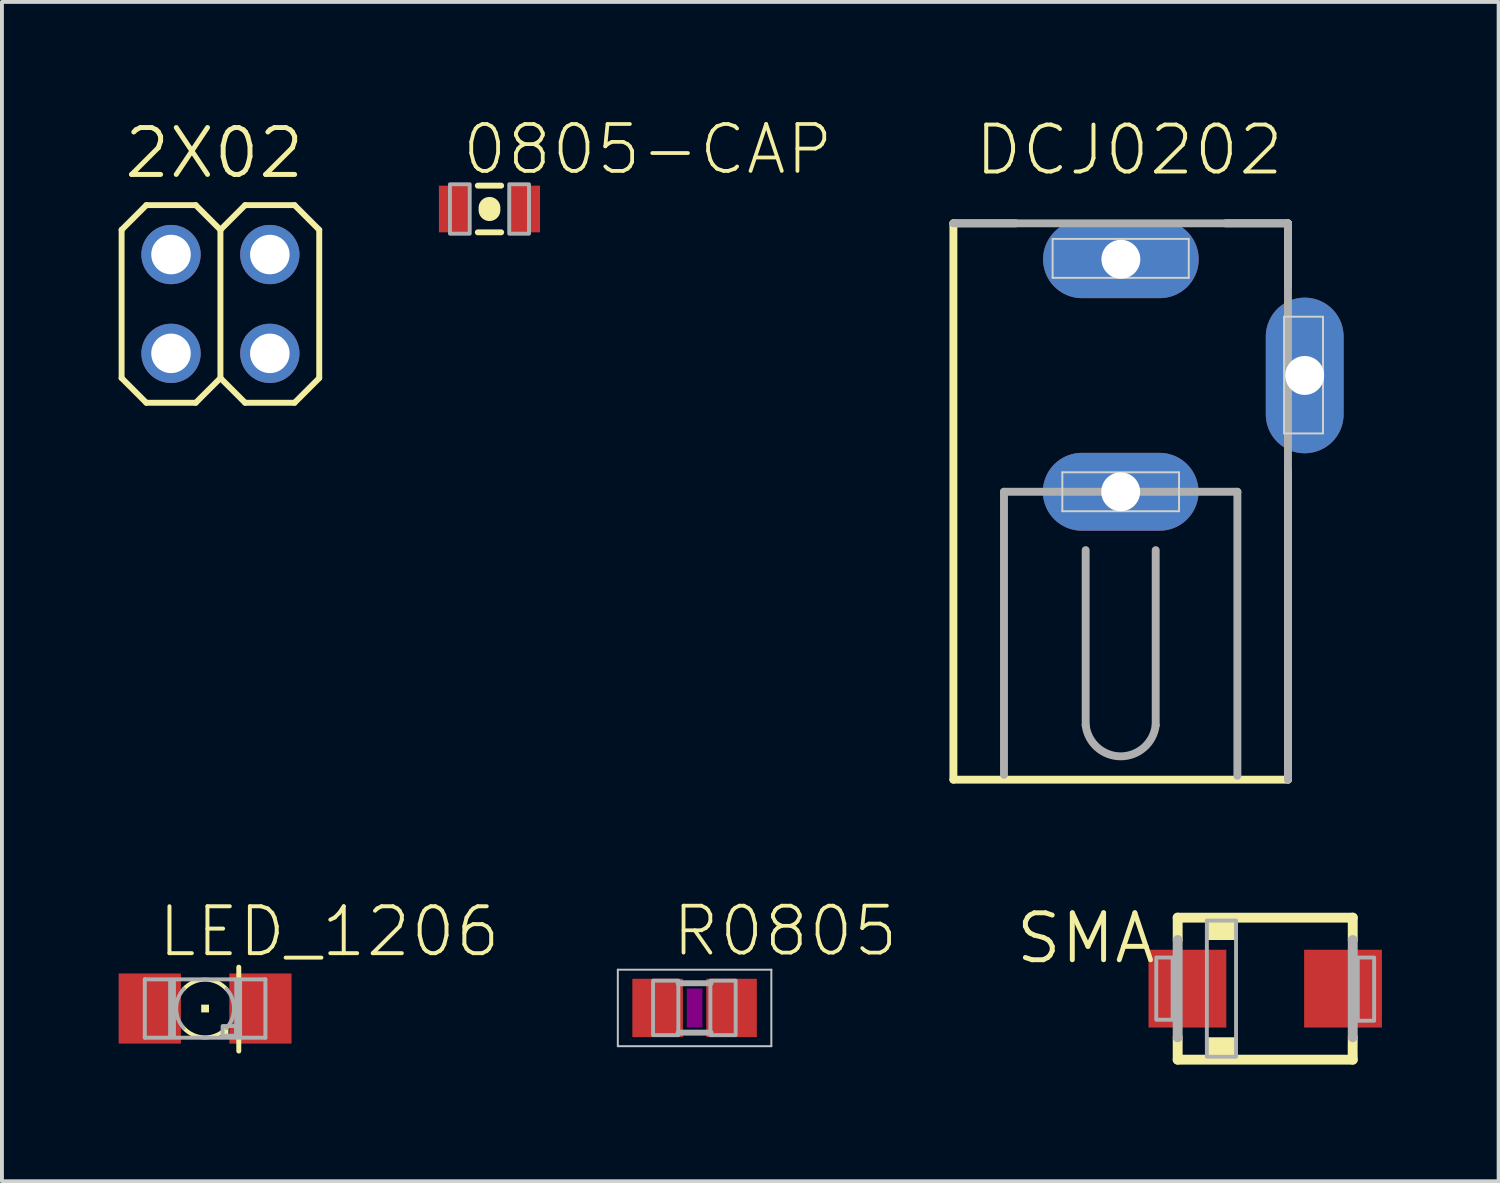
<source format=kicad_pcb>
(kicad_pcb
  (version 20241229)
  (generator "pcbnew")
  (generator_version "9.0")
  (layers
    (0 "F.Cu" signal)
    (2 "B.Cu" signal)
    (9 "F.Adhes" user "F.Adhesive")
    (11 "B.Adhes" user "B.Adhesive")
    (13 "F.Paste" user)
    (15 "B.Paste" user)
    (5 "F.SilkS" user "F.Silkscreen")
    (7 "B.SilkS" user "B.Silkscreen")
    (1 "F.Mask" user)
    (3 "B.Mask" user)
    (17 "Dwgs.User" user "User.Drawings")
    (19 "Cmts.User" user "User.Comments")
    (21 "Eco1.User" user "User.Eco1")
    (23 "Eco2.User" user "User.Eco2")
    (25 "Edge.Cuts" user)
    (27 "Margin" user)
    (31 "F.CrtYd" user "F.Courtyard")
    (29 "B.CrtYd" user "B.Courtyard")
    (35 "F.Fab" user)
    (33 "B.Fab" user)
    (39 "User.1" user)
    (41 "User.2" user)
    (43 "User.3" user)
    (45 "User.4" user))
  (footprint "LED_1206"
    (layer "F.Cu")
    (at 2.222 22.874)
    (property "Reference" "LED_1206" (at -1.27 -1.27 0) (layer "F.SilkS") (effects (font (size 1.206 1.206) (thickness 0.102)) (justify left bottom)))
    (attr through_hole)
    (fp_line (start 0.866 1.093) (end 0.866 -1.063) (stroke (width 0.127) (type solid)) (layer "F.SilkS"))
    (fp_arc (start -0.55 -0.5) (mid 0 -0.743303) (end 0.55 -0.5) (stroke (width 0.1016) (type solid)) (layer "F.SilkS"))
    (fp_arc (start 0.55 0.5) (mid 0 0.743303) (end -0.55 0.5) (stroke (width 0.1016) (type solid)) (layer "F.SilkS"))
    (fp_poly (pts (xy -0.1 0.1) (xy 0.1 0.1) (xy 0.1 -0.1) (xy -0.1 -0.1)) (stroke (width 0) (type solid)) (fill yes) (layer "F.SilkS"))
    (fp_poly (pts (xy 0.45 0.7) (xy 0.6 0.7) (xy 0.6 0.45) (xy 0.45 0.45)) (stroke (width 0) (type solid)) (fill yes) (layer "F.SilkS"))
    (fp_line (start -1.55 -0.75) (end 1.55 -0.75) (stroke (width 0.102) (type solid)) (layer "F.Fab"))
    (fp_line (start -1.55 0.75) (end -1.55 -0.75) (stroke (width 0.102) (type solid)) (layer "F.Fab"))
    (fp_line (start 1.55 -0.75) (end 1.55 0.75) (stroke (width 0.102) (type solid)) (layer "F.Fab"))
    (fp_line (start 1.55 0.75) (end -1.55 0.75) (stroke (width 0.102) (type solid)) (layer "F.Fab"))
    (fp_arc (start -0.55 0.5) (mid -0.743303 0) (end -0.55 -0.5) (stroke (width 0.1016) (type solid)) (layer "F.Fab"))
    (fp_arc (start 0.55 -0.5) (mid 0.743303 0) (end 0.55 0.5) (stroke (width 0.1016) (type solid)) (layer "F.Fab"))
    (fp_poly (pts (xy -0.9 -0.55) (xy -0.8 -0.55) (xy -0.8 -0.7) (xy -0.9 -0.7)) (stroke (width 0.1) (type solid)) (fill no) (layer "F.Fab"))
    (fp_poly (pts (xy -0.9 0.7) (xy -0.8 0.7) (xy -0.8 -0.5) (xy -0.9 -0.5)) (stroke (width 0.1) (type solid)) (fill no) (layer "F.Fab"))
    (fp_poly (pts (xy 0.45 0.7) (xy 0.8 0.7) (xy 0.8 0.45) (xy 0.45 0.45)) (stroke (width 0.1) (type solid)) (fill no) (layer "F.Fab"))
    (fp_poly (pts (xy 0.8 -0.55) (xy 0.9 -0.55) (xy 0.9 -0.7) (xy 0.8 -0.7)) (stroke (width 0.1) (type solid)) (fill no) (layer "F.Fab"))
    (fp_poly (pts (xy 0.8 0.7) (xy 0.9 0.7) (xy 0.9 -0.5) (xy 0.8 -0.5)) (stroke (width 0.1) (type solid)) (fill no) (layer "F.Fab"))
    (pad "A" smd rect (at -1.422 0) (size 1.6 1.803) (layers "F.Cu" "F.Mask" "F.Paste"))
    (pad "C" smd rect (at 1.422 0) (size 1.6 1.803) (layers "F.Cu" "F.Mask" "F.Paste")))
  (footprint "DCJ0202"
    (layer "F.Cu")
    (at 25.757 6.591)
    (property "Reference" "DCJ0202" (at -3.81 -5.08 0) (layer "F.SilkS") (effects (font (size 1.206 1.206) (thickness 0.102)) (justify left bottom)))
    (attr through_hole)
    (fp_line (start -4.3 -3.9) (end -4.3 10.4) (stroke (width 0.203) (type solid)) (layer "F.SilkS"))
    (fp_line (start -4.3 10.4) (end 4.3 10.4) (stroke (width 0.203) (type solid)) (layer "F.SilkS"))
    (fp_line (start -2.7 -3.9) (end -4.3 -3.9) (stroke (width 0.203) (type solid)) (layer "F.SilkS"))
    (fp_line (start 4.3 -3.9) (end 2.7 -3.9) (stroke (width 0.203) (type solid)) (layer "F.SilkS"))
    (fp_line (start 4.3 -2.3) (end 4.3 -3.9) (stroke (width 0.203) (type solid)) (layer "F.SilkS"))
    (fp_line (start 4.3 10.4) (end 4.3 2.45) (stroke (width 0.203) (type solid)) (layer "F.SilkS"))
    (fp_line (start -1.75 -3.5) (end 1.75 -3.5) (stroke (width 0.05) (type solid)) (layer "Edge.Cuts"))
    (fp_line (start -1.75 -2.5) (end -1.75 -3.5) (stroke (width 0.05) (type solid)) (layer "Edge.Cuts"))
    (fp_line (start -1.5 2.5) (end 1.5 2.5) (stroke (width 0.05) (type solid)) (layer "Edge.Cuts"))
    (fp_line (start -1.5 3.5) (end -1.5 2.5) (stroke (width 0.05) (type solid)) (layer "Edge.Cuts"))
    (fp_line (start 1.5 2.5) (end 1.5 3.5) (stroke (width 0.05) (type solid)) (layer "Edge.Cuts"))
    (fp_line (start 1.5 3.5) (end -1.5 3.5) (stroke (width 0.05) (type solid)) (layer "Edge.Cuts"))
    (fp_line (start 1.75 -3.5) (end 1.75 -2.5) (stroke (width 0.05) (type solid)) (layer "Edge.Cuts"))
    (fp_line (start 1.75 -2.5) (end -1.75 -2.5) (stroke (width 0.05) (type solid)) (layer "Edge.Cuts"))
    (fp_line (start 4.2 -1.5) (end 4.2 1.5) (stroke (width 0.05) (type solid)) (layer "Edge.Cuts"))
    (fp_line (start 4.2 1.5) (end 5.2 1.5) (stroke (width 0.05) (type solid)) (layer "Edge.Cuts"))
    (fp_line (start 5.2 -1.5) (end 4.2 -1.5) (stroke (width 0.05) (type solid)) (layer "Edge.Cuts"))
    (fp_line (start 5.2 1.5) (end 5.2 -1.5) (stroke (width 0.05) (type solid)) (layer "Edge.Cuts"))
    (fp_line (start -3 10.275) (end -3 3) (stroke (width 0.203) (type solid)) (layer "F.Fab"))
    (fp_line (start -0.9 9) (end -0.9 4.5) (stroke (width 0.203) (type solid)) (layer "F.Fab"))
    (fp_line (start 0.9 9) (end 0.9 4.5) (stroke (width 0.203) (type solid)) (layer "F.Fab"))
    (fp_line (start 3 3) (end -3 3) (stroke (width 0.203) (type solid)) (layer "F.Fab"))
    (fp_line (start 3 10.3) (end 3 3) (stroke (width 0.203) (type solid)) (layer "F.Fab"))
    (fp_line (start 4.3 -3.9) (end -4.3 -3.9) (stroke (width 0.203) (type solid)) (layer "F.Fab"))
    (fp_line (start 4.3 10.4) (end 4.3 -3.9) (stroke (width 0.203) (type solid)) (layer "F.Fab"))
    (fp_arc (start 0.9 8.999998) (mid 0.000001 9.800308) (end -0.9 9) (stroke (width 0.2032) (type solid)) (layer "F.Fab"))
    (pad "1" thru_hole oval (at 0.005 -2.977 180) (size 4 2) (drill 1) (layers "*.Cu" "*.Mask"))
    (pad "2" thru_hole oval (at 4.73 0.01 90) (size 4 2) (drill 1) (layers "*.Cu" "*.Mask"))
    (pad "3" thru_hole oval (at 0 3 180) (size 4 2) (drill 1) (layers "*.Cu" "*.Mask")))
  (footprint "R0805"
    (layer "F.Cu")
    (at 14.804 22.859)
    (property "Reference" "R0805" (at -0.635 -1.27 180) (layer "F.SilkS") (effects (font (size 1.206 1.206) (thickness 0.097)) (justify left bottom)))
    (attr through_hole)
    (fp_poly (pts (xy -0.2 0.5) (xy 0.2 0.5) (xy 0.2 -0.5) (xy -0.2 -0.5)) (stroke (width 0) (type solid)) (fill yes) (layer "F.Adhes"))
    (fp_line (start -1.973 -0.983) (end 1.973 -0.983) (stroke (width 0.051) (type solid)) (layer "Dwgs.User"))
    (fp_line (start -1.973 0.983) (end -1.973 -0.983) (stroke (width 0.051) (type solid)) (layer "Dwgs.User"))
    (fp_line (start 1.973 -0.983) (end 1.973 0.983) (stroke (width 0.051) (type solid)) (layer "Dwgs.User"))
    (fp_line (start 1.973 0.983) (end -1.973 0.983) (stroke (width 0.051) (type solid)) (layer "Dwgs.User"))
    (fp_line (start -0.41 -0.635) (end 0.41 -0.635) (stroke (width 0.152) (type solid)) (layer "F.Fab"))
    (fp_line (start -0.41 0.635) (end 0.41 0.635) (stroke (width 0.152) (type solid)) (layer "F.Fab"))
    (fp_poly (pts (xy -1.067 0.699) (xy -0.417 0.699) (xy -0.417 -0.702) (xy -1.067 -0.702)) (stroke (width 0.1) (type solid)) (fill no) (layer "F.Fab"))
    (fp_poly (pts (xy 0.406 0.699) (xy 1.056 0.699) (xy 1.056 -0.702) (xy 0.406 -0.702)) (stroke (width 0.1) (type solid)) (fill no) (layer "F.Fab"))
    (pad "1" smd rect (at -0.95 0) (size 1.3 1.5) (layers "F.Cu" "F.Mask" "F.Paste"))
    (pad "2" smd rect (at 0.95 0) (size 1.3 1.5) (layers "F.Cu" "F.Mask" "F.Paste")))
  (footprint "0805-CAP"
    (layer "F.Cu")
    (at 9.532 2.322)
    (property "Reference" "0805-CAP" (at -0.762 -0.826 0) (layer "F.SilkS") (effects (font (size 1.206 1.206) (thickness 0.097)) (justify left bottom)))
    (attr through_hole)
    (fp_line (start -0.3 -0.6) (end 0.3 -0.6) (stroke (width 0.152) (type solid)) (layer "F.SilkS"))
    (fp_line (start -0.3 0.6) (end 0.3 0.6) (stroke (width 0.152) (type solid)) (layer "F.SilkS"))
    (fp_line (start 0 -0.03) (end 0 0.03) (stroke (width 0.559) (type solid)) (layer "F.SilkS"))
    (fp_poly (pts (xy -0.508 -0.635) (xy -1.016 -0.635) (xy -1.016 0.635) (xy -0.508 0.635)) (stroke (width 0.1) (type solid)) (fill no) (layer "F.Fab"))
    (fp_poly (pts (xy 0.508 0.635) (xy 1.016 0.635) (xy 1.016 -0.635) (xy 0.508 -0.635)) (stroke (width 0.1) (type solid)) (fill no) (layer "F.Fab"))
    (pad "1" smd rect (at -0.9 0) (size 0.8 1.2) (layers "F.Cu" "F.Mask" "F.Paste"))
    (pad "2" smd rect (at 0.9 0) (size 0.8 1.2) (layers "F.Cu" "F.Mask" "F.Paste")))
  (footprint "2X02"
    (layer "F.Cu")
    (at 2.616 4.763)
    (property "Reference" "2X02" (at -2.54 -3.175 0) (layer "F.SilkS") (effects (font (size 1.206 1.206) (thickness 0.127)) (justify left bottom)))
    (attr through_hole)
    (fp_line (start -2.54 -1.905) (end -1.905 -2.54) (stroke (width 0.152) (type solid)) (layer "F.SilkS"))
    (fp_line (start -2.54 1.905) (end -2.54 -1.905) (stroke (width 0.152) (type solid)) (layer "F.SilkS"))
    (fp_line (start -2.54 1.905) (end -1.905 2.54) (stroke (width 0.152) (type solid)) (layer "F.SilkS"))
    (fp_line (start -1.905 -2.54) (end -0.635 -2.54) (stroke (width 0.152) (type solid)) (layer "F.SilkS"))
    (fp_line (start -1.905 2.54) (end -0.635 2.54) (stroke (width 0.152) (type solid)) (layer "F.SilkS"))
    (fp_line (start -0.635 -2.54) (end 0 -1.905) (stroke (width 0.152) (type solid)) (layer "F.SilkS"))
    (fp_line (start -0.635 2.54) (end 0 1.905) (stroke (width 0.152) (type solid)) (layer "F.SilkS"))
    (fp_line (start 0 -1.905) (end 0 1.905) (stroke (width 0.152) (type solid)) (layer "F.SilkS"))
    (fp_line (start 0 -1.905) (end 0.635 -2.54) (stroke (width 0.152) (type solid)) (layer "F.SilkS"))
    (fp_line (start 0 1.905) (end 0.635 2.54) (stroke (width 0.152) (type solid)) (layer "F.SilkS"))
    (fp_line (start 0.635 -2.54) (end 1.905 -2.54) (stroke (width 0.152) (type solid)) (layer "F.SilkS"))
    (fp_line (start 0.635 2.54) (end 1.905 2.54) (stroke (width 0.152) (type solid)) (layer "F.SilkS"))
    (fp_line (start 1.905 -2.54) (end 2.54 -1.905) (stroke (width 0.152) (type solid)) (layer "F.SilkS"))
    (fp_line (start 1.905 2.54) (end 2.54 1.905) (stroke (width 0.152) (type solid)) (layer "F.SilkS"))
    (fp_line (start 2.54 -1.905) (end 2.54 1.905) (stroke (width 0.152) (type solid)) (layer "F.SilkS"))
    (fp_poly (pts (xy -1.524 -1.016) (xy -1.016 -1.016) (xy -1.016 -1.524) (xy -1.524 -1.524)) (stroke (width 0.1) (type solid)) (fill no) (layer "F.Fab"))
    (fp_poly (pts (xy -1.524 1.524) (xy -1.016 1.524) (xy -1.016 1.016) (xy -1.524 1.016)) (stroke (width 0.1) (type solid)) (fill no) (layer "F.Fab"))
    (fp_poly (pts (xy 1.016 -1.016) (xy 1.524 -1.016) (xy 1.524 -1.524) (xy 1.016 -1.524)) (stroke (width 0.1) (type solid)) (fill no) (layer "F.Fab"))
    (fp_poly (pts (xy 1.016 1.524) (xy 1.524 1.524) (xy 1.524 1.016) (xy 1.016 1.016)) (stroke (width 0.1) (type solid)) (fill no) (layer "F.Fab"))
    (pad "1" thru_hole circle (at -1.27 1.27) (size 1.524 1.524) (drill 1.016) (layers "*.Cu" "*.Mask"))
    (pad "2" thru_hole circle (at -1.27 -1.27) (size 1.524 1.524) (drill 1.016) (layers "*.Cu" "*.Mask"))
    (pad "3" thru_hole circle (at 1.27 1.27) (size 1.524 1.524) (drill 1.016) (layers "*.Cu" "*.Mask"))
    (pad "4" thru_hole circle (at 1.27 -1.27) (size 1.524 1.524) (drill 1.016) (layers "*.Cu" "*.Mask")))
  (footprint "SMA"
    (layer "F.Cu")
    (at 29.472 22.363)
    (property "Reference" "SMA" (at -2.75 -2 0) (layer "F.SilkS") (effects (font (size 1.206 1.206) (thickness 0.127)) (justify right top)))
    (attr through_hole)
    (fp_line (start -2.25 -1.825) (end -2.25 -1.25) (stroke (width 0.254) (type solid)) (layer "F.SilkS"))
    (fp_line (start -2.25 -1.825) (end 2.25 -1.825) (stroke (width 0.254) (type solid)) (layer "F.SilkS"))
    (fp_line (start -2.25 1.825) (end -2.25 1.25) (stroke (width 0.254) (type solid)) (layer "F.SilkS"))
    (fp_line (start 2.25 -1.825) (end 2.25 -1.25) (stroke (width 0.254) (type solid)) (layer "F.SilkS"))
    (fp_line (start 2.25 1.825) (end -2.25 1.825) (stroke (width 0.254) (type solid)) (layer "F.SilkS"))
    (fp_arc (start 2.25 1.825) (mid 2.247611 1.5375) (end 2.25 1.25) (stroke (width 0.254) (type solid)) (layer "F.SilkS"))
    (fp_poly (pts (xy -1.5 -1.25) (xy -0.75 -1.25) (xy -0.75 -1.75) (xy -1.5 -1.75)) (stroke (width 0) (type solid)) (fill yes) (layer "F.SilkS"))
    (fp_poly (pts (xy -1.5 1.75) (xy -0.75 1.75) (xy -0.75 1.25) (xy -1.5 1.25)) (stroke (width 0) (type solid)) (fill yes) (layer "F.SilkS"))
    (fp_line (start -2.25 1.25) (end -2.25 -1.25) (stroke (width 0.254) (type solid)) (layer "F.Fab"))
    (fp_line (start 2.25 -1.25) (end 2.25 1.25) (stroke (width 0.254) (type solid)) (layer "F.Fab"))
    (fp_poly (pts (xy -2.8 0.8) (xy -2.38 0.8) (xy -2.38 -0.8) (xy -2.8 -0.8)) (stroke (width 0.1) (type solid)) (fill no) (layer "F.Fab"))
    (fp_poly (pts (xy -1.5 1.75) (xy -0.75 1.75) (xy -0.75 -1.75) (xy -1.5 -1.75)) (stroke (width 0.1) (type solid)) (fill no) (layer "F.Fab"))
    (fp_poly (pts (xy 2.38 0.825) (xy 2.8 0.825) (xy 2.8 -0.8) (xy 2.38 -0.8)) (stroke (width 0.1) (type solid)) (fill no) (layer "F.Fab"))
    (pad "A" smd rect (at 2 0) (size 2 2) (layers "F.Cu" "F.Mask" "F.Paste"))
    (pad "C" smd rect (at -2 0) (size 2 2) (layers "F.Cu" "F.Mask" "F.Paste")))
  (gr_rect
    (start -3 -3)
    (end 35.472 27.315)
    (stroke (width 0.1) (type default))
    (fill no)
    (layer "Edge.Cuts")))
</source>
